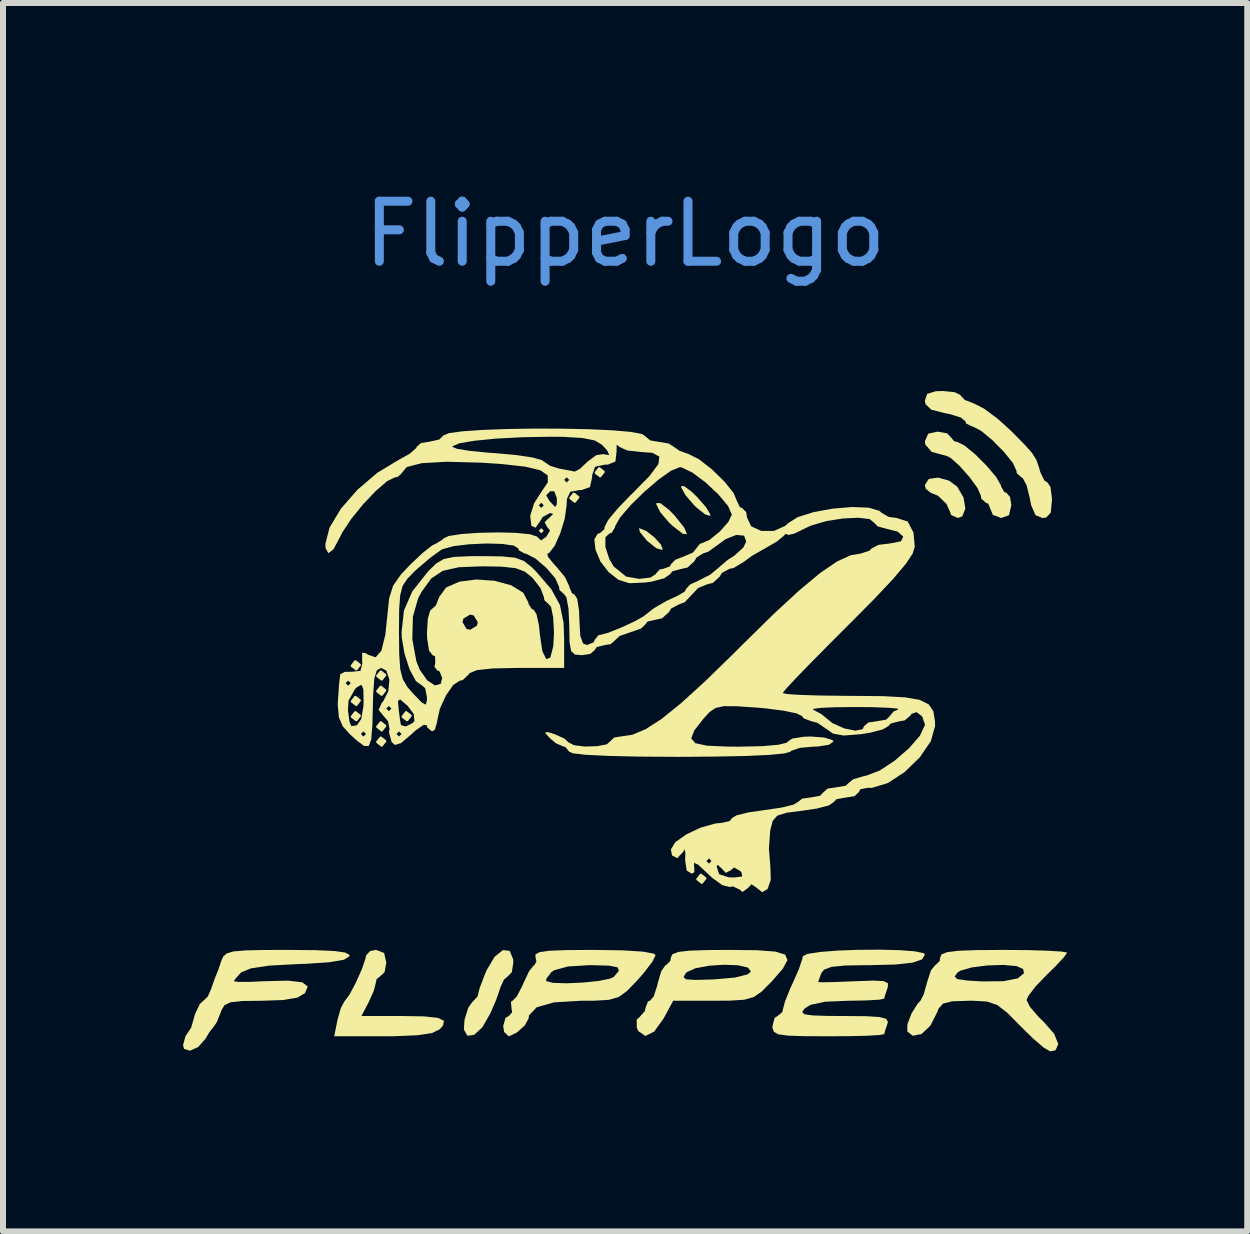
<source format=kicad_pcb>
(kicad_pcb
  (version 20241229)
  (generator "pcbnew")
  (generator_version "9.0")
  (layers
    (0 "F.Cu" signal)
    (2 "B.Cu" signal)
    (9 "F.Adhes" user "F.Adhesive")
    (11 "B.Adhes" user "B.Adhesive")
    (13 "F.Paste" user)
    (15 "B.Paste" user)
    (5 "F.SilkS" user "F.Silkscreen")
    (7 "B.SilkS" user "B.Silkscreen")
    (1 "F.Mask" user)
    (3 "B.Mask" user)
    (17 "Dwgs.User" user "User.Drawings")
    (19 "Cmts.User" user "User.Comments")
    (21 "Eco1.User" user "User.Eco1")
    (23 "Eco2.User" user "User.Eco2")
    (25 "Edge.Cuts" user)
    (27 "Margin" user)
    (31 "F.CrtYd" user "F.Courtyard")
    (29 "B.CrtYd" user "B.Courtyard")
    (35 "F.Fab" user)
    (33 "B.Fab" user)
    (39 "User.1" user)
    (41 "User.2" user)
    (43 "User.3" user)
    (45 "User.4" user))
  (footprint "FlipperLogo"
    (layer "F.Cu")
    (at 7.366 1.348)
    (property "Reference" "FlipperLogo" (at 0 -0.5 0) (unlocked yes) (layer "Cmts.User") (effects (font (size 1 1) (thickness 0.15))))
    (fp_poly (pts (xy -1.355 4.445) (xy -1.397 4.487) (xy -1.439 4.445) (xy -1.397 4.403)) (stroke (width 0) (type solid)) (fill yes) (layer "F.SilkS"))
    (fp_poly (pts (xy -4.405 6.668) (xy -4.403 6.689) (xy -4.467 6.771) (xy -4.487 6.773) (xy -4.57 6.709) (xy -4.572 6.689) (xy -4.508 6.606) (xy -4.487 6.604)) (stroke (width 0) (type solid)) (fill yes) (layer "F.SilkS"))
    (fp_poly (pts (xy -4.405 7.261) (xy -4.403 7.281) (xy -4.467 7.364) (xy -4.487 7.366) (xy -4.57 7.302) (xy -4.572 7.281) (xy -4.508 7.199) (xy -4.487 7.197)) (stroke (width 0) (type solid)) (fill yes) (layer "F.SilkS"))
    (fp_poly (pts (xy -4.405 7.515) (xy -4.403 7.535) (xy -4.467 7.618) (xy -4.487 7.62) (xy -4.57 7.556) (xy -4.572 7.535) (xy -4.508 7.453) (xy -4.487 7.451)) (stroke (width 0) (type solid)) (fill yes) (layer "F.SilkS"))
    (fp_poly (pts (xy -3.982 6.838) (xy -3.979 6.858) (xy -4.044 6.94) (xy -4.064 6.943) (xy -4.146 6.878) (xy -4.149 6.858) (xy -4.084 6.776) (xy -4.064 6.773)) (stroke (width 0) (type solid)) (fill yes) (layer "F.SilkS"))
    (fp_poly (pts (xy -3.982 7.092) (xy -3.979 7.112) (xy -4.044 7.194) (xy -4.064 7.197) (xy -4.146 7.132) (xy -4.149 7.112) (xy -4.084 7.03) (xy -4.064 7.027)) (stroke (width 0) (type solid)) (fill yes) (layer "F.SilkS"))
    (fp_poly (pts (xy -3.982 7.684) (xy -3.979 7.705) (xy -4.044 7.787) (xy -4.064 7.789) (xy -4.146 7.725) (xy -4.149 7.705) (xy -4.084 7.622) (xy -4.064 7.62)) (stroke (width 0) (type solid)) (fill yes) (layer "F.SilkS"))
    (fp_poly (pts (xy -3.982 7.938) (xy -3.979 7.959) (xy -4.044 8.041) (xy -4.064 8.043) (xy -4.146 7.979) (xy -4.149 7.959) (xy -4.084 7.876) (xy -4.064 7.874)) (stroke (width 0) (type solid)) (fill yes) (layer "F.SilkS"))
    (fp_poly (pts (xy -3.558 7.515) (xy -3.556 7.535) (xy -3.62 7.618) (xy -3.641 7.62) (xy -3.723 7.556) (xy -3.725 7.535) (xy -3.661 7.453) (xy -3.641 7.451)) (stroke (width 0) (type solid)) (fill yes) (layer "F.SilkS"))
    (fp_poly (pts (xy -0.764 3.874) (xy -0.762 3.895) (xy -0.826 3.977) (xy -0.847 3.979) (xy -0.929 3.915) (xy -0.931 3.895) (xy -0.867 3.812) (xy -0.847 3.81)) (stroke (width 0) (type solid)) (fill yes) (layer "F.SilkS"))
    (fp_poly (pts (xy -0.341 3.451) (xy -0.339 3.471) (xy -0.403 3.554) (xy -0.423 3.556) (xy -0.506 3.492) (xy -0.508 3.471) (xy -0.444 3.389) (xy -0.423 3.387)) (stroke (width 0) (type solid)) (fill yes) (layer "F.SilkS"))
    (fp_poly (pts (xy 1.352 10.224) (xy 1.355 10.245) (xy 1.29 10.327) (xy 1.27 10.329) (xy 1.188 10.265) (xy 1.185 10.245) (xy 1.25 10.162) (xy 1.27 10.16)) (stroke (width 0) (type solid)) (fill yes) (layer "F.SilkS"))
    (fp_poly (pts (xy 0.352 4.449) (xy 0.489 4.556) (xy 0.597 4.676) (xy 0.626 4.758) (xy 0.618 4.765) (xy 0.52 4.737) (xy 0.371 4.618) (xy 0.357 4.603) (xy 0.247 4.469) (xy 0.231 4.404) (xy 0.238 4.403)) (stroke (width 0) (type solid)) (fill yes) (layer "F.SilkS"))
    (fp_poly (pts (xy 0.588 3.986) (xy 0.727 4.093) (xy 0.821 4.188) (xy 0.986 4.394) (xy 1.03 4.502) (xy 0.961 4.497) (xy 0.791 4.365) (xy 0.732 4.309) (xy 0.586 4.138) (xy 0.52 4.006) (xy 0.521 3.983)) (stroke (width 0) (type solid)) (fill yes) (layer "F.SilkS"))
    (fp_poly (pts (xy 1.112 3.798) (xy 1.197 3.881) (xy 1.347 4.052) (xy 1.419 4.172) (xy 1.418 4.198) (xy 1.336 4.175) (xy 1.19 4.059) (xy 1.152 4.023) (xy 1.006 3.853) (xy 0.933 3.72) (xy 0.931 3.705) (xy 0.982 3.701)) (stroke (width 0) (type solid)) (fill yes) (layer "F.SilkS"))
    (fp_poly (pts (xy 5.398 3.611) (xy 5.533 3.711) (xy 5.639 3.892) (xy 5.669 4.076) (xy 5.619 4.205) (xy 5.546 4.233) (xy 5.433 4.184) (xy 5.419 4.143) (xy 5.355 3.999) (xy 5.214 3.863) (xy 5.086 3.81) (xy 5.006 3.742) (xy 4.995 3.683) (xy 5.06 3.582) (xy 5.214 3.56)) (stroke (width 0) (type solid)) (fill yes) (layer "F.SilkS"))
    (fp_poly (pts (xy -1.923 11.445) (xy -1.865 11.589) (xy -1.863 11.642) (xy -1.888 11.801) (xy -1.937 11.853) (xy -2.018 11.924) (xy -2.074 12.044) (xy -2.13 12.209) (xy -2.155 12.277) (xy -2.2 12.38) (xy -2.246 12.488) (xy -2.378 12.718) (xy -2.516 12.845) (xy -2.628 12.86) (xy -2.687 12.757) (xy -2.676 12.594) (xy -2.616 12.398) (xy -2.543 12.293) (xy -2.538 12.291) (xy -2.457 12.203) (xy -2.455 12.186) (xy -2.424 12.066) (xy -2.345 11.857) (xy -2.308 11.769) (xy -2.175 11.544) (xy -2.036 11.433)) (stroke (width 0) (type solid)) (fill yes) (layer "F.SilkS"))
    (fp_poly (pts (xy -4.016 11.48) (xy -3.979 11.642) (xy -4.008 11.801) (xy -4.064 11.853) (xy -4.143 11.92) (xy -4.149 11.959) (xy -4.186 12.106) (xy -4.271 12.298) (xy -4.393 12.531) (xy -3.734 12.531) (xy -3.352 12.537) (xy -3.119 12.562) (xy -3.019 12.611) (xy -3.034 12.689) (xy -3.088 12.752) (xy -3.216 12.814) (xy -3.463 12.852) (xy -3.85 12.868) (xy -4.026 12.869) (xy -4.847 12.869) (xy -4.793 12.598) (xy -4.737 12.398) (xy -4.675 12.283) (xy -4.672 12.281) (xy -4.591 12.172) (xy -4.485 11.972) (xy -4.385 11.747) (xy -4.325 11.568) (xy -4.318 11.523) (xy -4.247 11.447) (xy -4.149 11.43)) (stroke (width 0) (type solid)) (fill yes) (layer "F.SilkS"))
    (fp_poly (pts (xy 5.366 2.823) (xy 5.419 2.879) (xy 5.486 2.957) (xy 5.528 2.963) (xy 5.652 3.023) (xy 5.832 3.171) (xy 6.024 3.363) (xy 6.183 3.551) (xy 6.263 3.69) (xy 6.265 3.708) (xy 6.32 3.804) (xy 6.35 3.81) (xy 6.414 3.882) (xy 6.435 4.022) (xy 6.395 4.188) (xy 6.265 4.233) (xy 6.127 4.18) (xy 6.096 4.106) (xy 6.05 3.994) (xy 6.011 3.979) (xy 5.935 3.911) (xy 5.927 3.861) (xy 5.872 3.735) (xy 5.738 3.551) (xy 5.573 3.365) (xy 5.424 3.232) (xy 5.36 3.2) (xy 5.109 3.132) (xy 5.002 3.009) (xy 4.995 2.953) (xy 5.051 2.827) (xy 5.207 2.794)) (stroke (width 0) (type solid)) (fill yes) (layer "F.SilkS"))
    (fp_poly (pts (xy 5.488 2.136) (xy 5.585 2.182) (xy 5.588 2.192) (xy 5.66 2.266) (xy 5.807 2.323) (xy 5.98 2.41) (xy 6.213 2.584) (xy 6.425 2.776) (xy 6.646 2.999) (xy 6.777 3.145) (xy 6.849 3.258) (xy 6.893 3.379) (xy 6.918 3.469) (xy 6.985 3.608) (xy 7.037 3.641) (xy 7.087 3.715) (xy 7.111 3.898) (xy 7.112 3.937) (xy 7.092 4.143) (xy 7.016 4.226) (xy 6.953 4.233) (xy 6.838 4.186) (xy 6.766 4.022) (xy 6.741 3.895) (xy 6.688 3.683) (xy 6.623 3.565) (xy 6.603 3.556) (xy 6.526 3.488) (xy 6.519 3.443) (xy 6.459 3.314) (xy 6.31 3.129) (xy 6.119 2.936) (xy 5.932 2.781) (xy 5.795 2.71) (xy 5.786 2.709) (xy 5.682 2.659) (xy 5.673 2.626) (xy 5.598 2.561) (xy 5.411 2.502) (xy 5.334 2.488) (xy 5.103 2.429) (xy 5.005 2.336) (xy 4.995 2.275) (xy 5.033 2.165) (xy 5.175 2.121) (xy 5.292 2.117)) (stroke (width 0) (type solid)) (fill yes) (layer "F.SilkS"))
    (fp_poly (pts (xy 2.197 11.435) (xy 2.503 11.458) (xy 2.668 11.509) (xy 2.705 11.6) (xy 2.628 11.742) (xy 2.452 11.945) (xy 2.424 11.974) (xy 2.274 12.125) (xy 2.144 12.215) (xy 1.983 12.26) (xy 1.741 12.275) (xy 1.47 12.277) (xy 0.801 12.277) (xy 0.641 12.573) (xy 0.484 12.791) (xy 0.338 12.864) (xy 0.222 12.784) (xy 0.194 12.726) (xy 0.193 12.591) (xy 0.239 12.55) (xy 0.33 12.448) (xy 0.339 12.397) (xy 0.381 12.288) (xy 0.414 12.277) (xy 0.477 12.203) (xy 0.536 12.021) (xy 0.545 11.98) (xy 0.573 11.883) (xy 0.973 11.883) (xy 1.016 11.92) (xy 1.169 11.93) (xy 1.462 11.922) (xy 1.482 11.921) (xy 1.832 11.89) (xy 2.042 11.837) (xy 2.096 11.79) (xy 2.047 11.724) (xy 1.882 11.686) (xy 1.647 11.677) (xy 1.394 11.694) (xy 1.17 11.736) (xy 1.025 11.802) (xy 1.013 11.815) (xy 0.973 11.883) (xy 0.573 11.883) (xy 0.602 11.785) (xy 0.67 11.687) (xy 0.681 11.684) (xy 0.753 11.615) (xy 0.762 11.557) (xy 0.788 11.501) (xy 0.884 11.464) (xy 1.075 11.442) (xy 1.389 11.432) (xy 1.736 11.43)) (stroke (width 0) (type solid)) (fill yes) (layer "F.SilkS"))
    (fp_poly (pts (xy -5.155 11.434) (xy -4.845 11.448) (xy -4.665 11.473) (xy -4.594 11.512) (xy -4.593 11.536) (xy -4.686 11.594) (xy -4.927 11.635) (xy -5.325 11.662) (xy -5.456 11.666) (xy -5.923 11.691) (xy -6.232 11.736) (xy -6.394 11.801) (xy -6.402 11.808) (xy -6.499 11.917) (xy -6.519 11.953) (xy -6.443 11.963) (xy -6.243 11.962) (xy -6.008 11.951) (xy -5.615 11.942) (xy -5.379 11.97) (xy -5.288 12.039) (xy -5.334 12.15) (xy -5.335 12.151) (xy -5.461 12.225) (xy -5.702 12.265) (xy -6.058 12.277) (xy -6.38 12.281) (xy -6.572 12.302) (xy -6.675 12.35) (xy -6.727 12.437) (xy -6.737 12.467) (xy -6.803 12.633) (xy -6.848 12.7) (xy -6.927 12.801) (xy -6.994 12.912) (xy -7.114 13.049) (xy -7.251 13.109) (xy -7.349 13.079) (xy -7.366 13.017) (xy -7.325 12.865) (xy -7.303 12.834) (xy -7.231 12.725) (xy -7.228 12.714) (xy -7.165 12.496) (xy -7.086 12.33) (xy -7.027 12.277) (xy -6.954 12.207) (xy -6.9 12.086) (xy -6.843 11.921) (xy -6.816 11.853) (xy -6.774 11.748) (xy -6.731 11.62) (xy -6.697 11.541) (xy -6.638 11.488) (xy -6.525 11.455) (xy -6.326 11.438) (xy -6.015 11.431) (xy -5.613 11.43)) (stroke (width 0) (type solid)) (fill yes) (layer "F.SilkS"))
    (fp_poly (pts (xy -0.041 11.437) (xy 0.293 11.458) (xy 0.476 11.491) (xy 0.508 11.518) (xy 0.454 11.626) (xy 0.317 11.806) (xy 0.198 11.942) (xy 0.033 12.113) (xy -0.104 12.213) (xy -0.266 12.261) (xy -0.508 12.276) (xy -0.739 12.277) (xy -1.186 12.304) (xy -1.473 12.385) (xy -1.601 12.52) (xy -1.609 12.573) (xy -1.671 12.687) (xy -1.806 12.808) (xy -1.936 12.869) (xy -1.941 12.869) (xy -2.015 12.798) (xy -2.032 12.7) (xy -1.993 12.562) (xy -1.938 12.531) (xy -1.882 12.469) (xy -1.893 12.404) (xy -1.903 12.294) (xy -1.876 12.277) (xy -1.805 12.206) (xy -1.714 12.031) (xy -1.693 11.98) (xy -1.678 11.949) (xy -1.316 11.949) (xy -1.2 11.979) (xy -0.977 11.986) (xy -0.704 11.974) (xy -0.442 11.947) (xy -0.249 11.908) (xy -0.191 11.881) (xy -0.105 11.78) (xy -0.124 11.721) (xy -0.268 11.692) (xy -0.558 11.684) (xy -0.599 11.684) (xy -0.952 11.706) (xy -1.18 11.767) (xy -1.23 11.801) (xy -1.312 11.91) (xy -1.316 11.949) (xy -1.678 11.949) (xy -1.602 11.789) (xy -1.524 11.688) (xy -1.511 11.684) (xy -1.478 11.621) (xy -1.493 11.557) (xy -1.493 11.503) (xy -1.425 11.467) (xy -1.265 11.444) (xy -0.988 11.433) (xy -0.569 11.43) (xy -0.517 11.43)) (stroke (width 0) (type solid)) (fill yes) (layer "F.SilkS"))
    (fp_poly (pts (xy 4.572 11.434) (xy 4.828 11.453) (xy 4.975 11.485) (xy 4.995 11.506) (xy 4.948 11.588) (xy 4.791 11.642) (xy 4.508 11.673) (xy 4.076 11.684) (xy 4.024 11.684) (xy 3.661 11.69) (xy 3.436 11.713) (xy 3.314 11.759) (xy 3.269 11.818) (xy 3.224 11.941) (xy 3.217 11.966) (xy 3.295 11.969) (xy 3.499 11.965) (xy 3.787 11.953) (xy 3.822 11.952) (xy 4.135 11.941) (xy 4.31 11.95) (xy 4.38 11.986) (xy 4.376 12.055) (xy 4.372 12.065) (xy 4.326 12.203) (xy 4.318 12.241) (xy 4.24 12.259) (xy 4.036 12.271) (xy 3.748 12.277) (xy 3.719 12.277) (xy 3.332 12.293) (xy 3.09 12.345) (xy 2.994 12.404) (xy 2.951 12.463) (xy 2.984 12.501) (xy 3.119 12.521) (xy 3.38 12.53) (xy 3.644 12.531) (xy 4.011 12.534) (xy 4.237 12.548) (xy 4.35 12.578) (xy 4.379 12.628) (xy 4.369 12.665) (xy 4.325 12.8) (xy 4.318 12.834) (xy 4.239 12.848) (xy 4.025 12.86) (xy 3.71 12.867) (xy 3.387 12.869) (xy 2.979 12.867) (xy 2.712 12.858) (xy 2.555 12.836) (xy 2.48 12.796) (xy 2.456 12.732) (xy 2.455 12.7) (xy 2.491 12.562) (xy 2.54 12.531) (xy 2.621 12.464) (xy 2.628 12.425) (xy 2.664 12.288) (xy 2.752 12.07) (xy 2.794 11.98) (xy 2.895 11.75) (xy 2.954 11.574) (xy 2.96 11.536) (xy 3.039 11.496) (xy 3.247 11.464) (xy 3.544 11.441) (xy 3.89 11.428) (xy 4.246 11.426)) (stroke (width 0) (type solid)) (fill yes) (layer "F.SilkS"))
    (fp_poly (pts (xy 6.709 11.433) (xy 7.04 11.443) (xy 7.269 11.457) (xy 7.365 11.474) (xy 7.366 11.476) (xy 7.31 11.554) (xy 7.165 11.709) (xy 7.027 11.844) (xy 6.839 12.039) (xy 6.716 12.2) (xy 6.689 12.266) (xy 6.747 12.38) (xy 6.893 12.55) (xy 6.977 12.631) (xy 7.15 12.83) (xy 7.217 12.998) (xy 7.172 13.102) (xy 7.082 13.12) (xy 6.978 13.06) (xy 6.8 12.908) (xy 6.584 12.697) (xy 6.584 12.696) (xy 6.363 12.473) (xy 6.198 12.347) (xy 6.032 12.291) (xy 5.808 12.277) (xy 5.722 12.277) (xy 5.449 12.286) (xy 5.298 12.324) (xy 5.223 12.407) (xy 5.202 12.463) (xy 5.087 12.692) (xy 4.938 12.832) (xy 4.791 12.86) (xy 4.701 12.788) (xy 4.704 12.666) (xy 4.774 12.485) (xy 4.878 12.32) (xy 4.921 12.277) (xy 4.974 12.172) (xy 5.03 11.976) (xy 5.034 11.959) (xy 5.062 11.875) (xy 5.491 11.875) (xy 5.536 11.916) (xy 5.701 11.94) (xy 5.946 11.955) (xy 6.303 11.951) (xy 6.543 11.904) (xy 6.646 11.819) (xy 6.632 11.748) (xy 6.52 11.699) (xy 6.3 11.68) (xy 6.032 11.689) (xy 5.774 11.722) (xy 5.585 11.776) (xy 5.538 11.807) (xy 5.491 11.875) (xy 5.062 11.875) (xy 5.095 11.773) (xy 5.165 11.685) (xy 5.171 11.684) (xy 5.241 11.615) (xy 5.249 11.557) (xy 5.274 11.503) (xy 5.366 11.467) (xy 5.551 11.444) (xy 5.853 11.433) (xy 6.298 11.43) (xy 6.308 11.43)) (stroke (width 0) (type solid)) (fill yes) (layer "F.SilkS"))
    (fp_poly (pts (xy -1.041 2.745) (xy -0.6 2.754) (xy -0.212 2.772) (xy 0.09 2.798) (xy 0.275 2.832) (xy 0.318 2.857) (xy 0.419 2.94) (xy 0.552 2.963) (xy 0.726 2.992) (xy 0.799 3.039) (xy 0.909 3.115) (xy 1.054 3.166) (xy 1.233 3.256) (xy 1.448 3.424) (xy 1.655 3.626) (xy 1.808 3.818) (xy 1.863 3.95) (xy 1.913 4.054) (xy 1.947 4.064) (xy 2.017 4.135) (xy 2.032 4.228) (xy 2.101 4.372) (xy 2.27 4.449) (xy 2.479 4.449) (xy 2.668 4.364) (xy 2.709 4.324) (xy 2.875 4.219) (xy 3.141 4.135) (xy 3.46 4.077) (xy 3.781 4.05) (xy 4.058 4.061) (xy 4.24 4.115) (xy 4.276 4.149) (xy 4.393 4.215) (xy 4.526 4.233) (xy 4.709 4.292) (xy 4.805 4.477) (xy 4.826 4.71) (xy 4.791 4.826) (xy 4.678 4.997) (xy 4.475 5.238) (xy 4.171 5.562) (xy 3.753 5.984) (xy 3.725 6.011) (xy 3.376 6.361) (xy 3.072 6.669) (xy 2.833 6.916) (xy 2.678 7.083) (xy 2.625 7.15) (xy 2.704 7.167) (xy 2.922 7.181) (xy 3.248 7.191) (xy 3.651 7.196) (xy 3.774 7.197) (xy 4.29 7.201) (xy 4.661 7.221) (xy 4.91 7.264) (xy 5.06 7.339) (xy 5.137 7.455) (xy 5.163 7.619) (xy 5.165 7.699) (xy 5.094 7.952) (xy 4.91 8.221) (xy 4.657 8.467) (xy 4.376 8.65) (xy 4.111 8.73) (xy 4.043 8.728) (xy 3.918 8.754) (xy 3.895 8.8) (xy 3.822 8.868) (xy 3.683 8.89) (xy 3.524 8.918) (xy 3.471 8.97) (xy 3.395 9.022) (xy 3.196 9.074) (xy 2.971 9.108) (xy 2.691 9.144) (xy 2.536 9.192) (xy 2.46 9.279) (xy 2.42 9.431) (xy 2.417 9.45) (xy 2.396 9.742) (xy 2.42 10.041) (xy 2.42 10.042) (xy 2.427 10.262) (xy 2.374 10.415) (xy 2.284 10.468) (xy 2.182 10.388) (xy 2.106 10.336) (xy 2.043 10.402) (xy 1.955 10.465) (xy 1.913 10.427) (xy 1.797 10.371) (xy 1.742 10.381) (xy 1.62 10.351) (xy 1.444 10.224) (xy 1.361 10.144) (xy 1.25 10.04) (xy 1.525 10.04) (xy 1.568 10.169) (xy 1.726 10.22) (xy 1.817 10.223) (xy 1.952 10.206) (xy 1.939 10.139) (xy 1.92 10.116) (xy 1.815 10.056) (xy 1.757 10.106) (xy 1.677 10.146) (xy 1.61 10.075) (xy 1.542 10.011) (xy 1.525 10.04) (xy 1.25 10.04) (xy 1.218 10.01) (xy 1.147 9.978) (xy 1.149 10.012) (xy 1.154 10.135) (xy 1.11 10.16) (xy 1.026 10.108) (xy 1.002 9.948) (xy 1.355 9.948) (xy 1.397 9.991) (xy 1.439 9.948) (xy 1.397 9.906) (xy 1.355 9.948) (xy 1.002 9.948) (xy 1 9.933) (xy 1.004 9.821) (xy 0.993 9.752) (xy 0.964 9.8) (xy 0.868 9.901) (xy 0.782 9.855) (xy 0.762 9.757) (xy 0.836 9.635) (xy 1.021 9.504) (xy 1.264 9.39) (xy 1.511 9.322) (xy 1.609 9.313) (xy 1.747 9.281) (xy 1.778 9.235) (xy 1.855 9.188) (xy 2.057 9.138) (xy 2.328 9.099) (xy 2.608 9.058) (xy 2.806 9.009) (xy 2.879 8.965) (xy 2.951 8.909) (xy 3.09 8.89) (xy 3.249 8.861) (xy 3.302 8.805) (xy 3.374 8.742) (xy 3.514 8.721) (xy 3.673 8.695) (xy 3.725 8.647) (xy 3.8 8.587) (xy 3.982 8.533) (xy 4.023 8.525) (xy 4.241 8.441) (xy 4.491 8.277) (xy 4.73 8.07) (xy 4.912 7.861) (xy 4.994 7.687) (xy 4.995 7.671) (xy 4.95 7.539) (xy 4.856 7.468) (xy 4.772 7.496) (xy 4.76 7.52) (xy 4.659 7.605) (xy 4.572 7.62) (xy 4.427 7.657) (xy 4.389 7.699) (xy 4.295 7.755) (xy 4.088 7.81) (xy 3.931 7.835) (xy 3.643 7.858) (xy 3.465 7.826) (xy 3.365 7.756) (xy 3.204 7.646) (xy 3.103 7.62) (xy 2.974 7.571) (xy 2.949 7.534) (xy 2.857 7.489) (xy 2.638 7.443) (xy 2.516 7.428) (xy 3.133 7.428) (xy 3.27 7.5) (xy 3.302 7.527) (xy 3.455 7.651) (xy 3.652 7.739) (xy 3.837 7.777) (xy 3.959 7.751) (xy 3.979 7.705) (xy 4.052 7.641) (xy 4.191 7.62) (xy 4.35 7.593) (xy 4.403 7.542) (xy 4.472 7.457) (xy 4.551 7.424) (xy 4.536 7.408) (xy 4.38 7.395) (xy 4.11 7.385) (xy 3.852 7.383) (xy 3.514 7.386) (xy 3.265 7.396) (xy 3.135 7.413) (xy 3.133 7.428) (xy 2.516 7.428) (xy 2.332 7.404) (xy 2.215 7.394) (xy 1.869 7.37) (xy 1.648 7.368) (xy 1.508 7.398) (xy 1.406 7.467) (xy 1.305 7.578) (xy 1.153 7.772) (xy 1.102 7.904) (xy 1.168 7.985) (xy 1.365 8.027) (xy 1.71 8.042) (xy 1.905 8.043) (xy 2.284 8.035) (xy 2.557 8.011) (xy 2.697 7.976) (xy 2.709 7.959) (xy 2.785 7.908) (xy 2.976 7.878) (xy 3.09 7.874) (xy 3.318 7.891) (xy 3.454 7.933) (xy 3.471 7.959) (xy 3.396 8.012) (xy 3.209 8.041) (xy 3.138 8.043) (xy 2.912 8.063) (xy 2.768 8.112) (xy 2.752 8.128) (xy 2.65 8.157) (xy 2.393 8.181) (xy 1.995 8.199) (xy 1.47 8.209) (xy 0.884 8.213) (xy 0.234 8.209) (xy -0.282 8.197) (xy -0.653 8.179) (xy -0.872 8.154) (xy -0.931 8.128) (xy -0.997 8.047) (xy -1.022 8.043) (xy -1.149 7.989) (xy -1.251 7.905) (xy -1.336 7.81) (xy -1.29 7.8) (xy -1.181 7.832) (xy -1.014 7.907) (xy -0.945 7.97) (xy -0.853 8.019) (xy -0.671 8.041) (xy -0.466 8.035) (xy -0.305 8.004) (xy -0.254 7.959) (xy -0.183 7.891) (xy -0.076 7.874) (xy 0.121 7.845) (xy 0.344 7.751) (xy 0.609 7.58) (xy 0.932 7.319) (xy 1.33 6.957) (xy 1.818 6.481) (xy 1.947 6.352) (xy 2.473 5.835) (xy 2.904 5.437) (xy 3.253 5.147) (xy 3.534 4.956) (xy 3.761 4.853) (xy 3.924 4.826) (xy 4.071 4.778) (xy 4.106 4.741) (xy 4.22 4.681) (xy 4.415 4.657) (xy 4.595 4.622) (xy 4.635 4.543) (xy 4.541 4.46) (xy 4.375 4.418) (xy 4.209 4.373) (xy 4.149 4.312) (xy 4.075 4.251) (xy 3.885 4.229) (xy 3.629 4.241) (xy 3.353 4.285) (xy 3.107 4.356) (xy 3.008 4.401) (xy 2.823 4.492) (xy 2.717 4.517) (xy 2.708 4.507) (xy 2.67 4.5) (xy 2.645 4.53) (xy 2.53 4.624) (xy 2.338 4.736) (xy 2.328 4.741) (xy 2.116 4.862) (xy 1.963 4.974) (xy 1.962 4.974) (xy 1.808 5.066) (xy 1.739 5.08) (xy 1.613 5.148) (xy 1.578 5.207) (xy 1.462 5.316) (xy 1.378 5.334) (xy 1.216 5.4) (xy 1.12 5.503) (xy 0.992 5.637) (xy 0.897 5.673) (xy 0.767 5.741) (xy 0.731 5.8) (xy 0.617 5.904) (xy 0.511 5.927) (xy 0.372 5.959) (xy 0.339 6.005) (xy 0.266 6.075) (xy 0.09 6.137) (xy 0.085 6.138) (xy -0.093 6.2) (xy -0.169 6.271) (xy -0.169 6.272) (xy -0.24 6.335) (xy -0.339 6.35) (xy -0.476 6.385) (xy -0.508 6.435) (xy -0.58 6.498) (xy -0.72 6.519) (xy -0.837 6.509) (xy -0.9 6.45) (xy -0.926 6.303) (xy -0.931 6.029) (xy -0.931 6.011) (xy -0.944 5.741) (xy -0.978 5.557) (xy -1.016 5.503) (xy -1.092 5.435) (xy -1.101 5.38) (xy -1.163 5.239) (xy -1.313 5.063) (xy -1.495 4.908) (xy -1.651 4.828) (xy -1.671 4.826) (xy -1.295 4.826) (xy -1.287 4.877) (xy -1.184 5.004) (xy -1.147 5.042) (xy -1.002 5.218) (xy -0.932 5.366) (xy -0.931 5.38) (xy -0.884 5.49) (xy -0.847 5.503) (xy -0.798 5.579) (xy -0.768 5.774) (xy -0.762 5.927) (xy -0.748 6.193) (xy -0.701 6.323) (xy -0.635 6.35) (xy -0.522 6.304) (xy -0.508 6.265) (xy -0.443 6.184) (xy -0.415 6.181) (xy -0.283 6.146) (xy -0.072 6.062) (xy 0.149 5.96) (xy 0.308 5.871) (xy 0.339 5.846) (xy 0.479 5.737) (xy 0.688 5.615) (xy 0.868 5.533) (xy 0.993 5.459) (xy 1.016 5.414) (xy 1.086 5.339) (xy 1.206 5.285) (xy 1.418 5.177) (xy 1.525 5.089) (xy 1.71 4.931) (xy 1.822 4.859) (xy 1.969 4.726) (xy 2.017 4.626) (xy 1.983 4.527) (xy 1.853 4.515) (xy 1.673 4.586) (xy 1.542 4.682) (xy 1.388 4.793) (xy 1.294 4.826) (xy 1.188 4.894) (xy 1.155 4.953) (xy 1.039 5.059) (xy 0.941 5.08) (xy 0.79 5.121) (xy 0.745 5.173) (xy 0.65 5.238) (xy 0.444 5.293) (xy 0.336 5.308) (xy 0.072 5.32) (xy -0.111 5.263) (xy -0.275 5.135) (xy -0.411 4.959) (xy -0.494 4.76) (xy -0.499 4.714) (xy -0.329 4.714) (xy -0.264 4.915) (xy -0.191 5.04) (xy 0.017 5.209) (xy 0.233 5.247) (xy 0.42 5.226) (xy 0.507 5.171) (xy 0.508 5.165) (xy 0.577 5.09) (xy 0.635 5.08) (xy 0.748 5.039) (xy 0.762 5.005) (xy 0.834 4.93) (xy 0.974 4.876) (xy 1.132 4.808) (xy 1.185 4.74) (xy 1.25 4.659) (xy 1.269 4.657) (xy 1.406 4.598) (xy 1.576 4.46) (xy 1.72 4.299) (xy 1.778 4.176) (xy 1.714 4.031) (xy 1.552 3.838) (xy 1.339 3.639) (xy 1.121 3.476) (xy 0.943 3.391) (xy 0.91 3.387) (xy 0.767 3.444) (xy 0.557 3.593) (xy 0.319 3.797) (xy 0.093 4.019) (xy -0.082 4.222) (xy -0.167 4.37) (xy -0.169 4.39) (xy -0.226 4.482) (xy -0.254 4.487) (xy -0.328 4.553) (xy -0.329 4.714) (xy -0.499 4.714) (xy -0.513 4.588) (xy -0.455 4.493) (xy -0.423 4.487) (xy -0.346 4.42) (xy -0.339 4.375) (xy -0.281 4.265) (xy -0.128 4.08) (xy 0.088 3.855) (xy 0.127 3.818) (xy 0.408 3.532) (xy 0.555 3.334) (xy 0.57 3.21) (xy 0.455 3.147) (xy 0.261 3.133) (xy 0.035 3.108) (xy -0.102 3.045) (xy -0.115 3.027) (xy -0.141 3.016) (xy -0.143 3.133) (xy -0.162 3.292) (xy -0.285 3.343) (xy -0.339 3.344) (xy -0.5 3.379) (xy -0.549 3.517) (xy -0.55 3.556) (xy -0.585 3.717) (xy -0.723 3.767) (xy -0.762 3.768) (xy -0.913 3.796) (xy -0.969 3.913) (xy -0.975 4.022) (xy -1.006 4.243) (xy -1.08 4.487) (xy -1.174 4.697) (xy -1.266 4.816) (xy -1.295 4.826) (xy -1.671 4.826) (xy -1.77 4.773) (xy -1.778 4.741) (xy -1.854 4.693) (xy -2.049 4.665) (xy -2.314 4.658) (xy -2.6 4.671) (xy -2.858 4.702) (xy -3.041 4.752) (xy -3.062 4.763) (xy -3.239 4.89) (xy -3.454 5.072) (xy -3.505 5.119) (xy -3.629 5.246) (xy -3.707 5.364) (xy -3.748 5.519) (xy -3.765 5.753) (xy -3.768 6.111) (xy -3.768 6.137) (xy -3.764 6.507) (xy -3.747 6.753) (xy -3.705 6.917) (xy -3.63 7.046) (xy -3.535 7.156) (xy -3.387 7.308) (xy -3.32 7.343) (xy -3.303 7.269) (xy -3.302 7.217) (xy -3.332 7.069) (xy -3.38 7.027) (xy -3.485 6.952) (xy -3.59 6.759) (xy -3.675 6.498) (xy -3.717 6.253) (xy -3.546 6.253) (xy -3.479 6.618) (xy -3.423 6.76) (xy -3.297 6.939) (xy -3.168 7.023) (xy -3.073 6.997) (xy -3.048 6.9) (xy -3.092 6.788) (xy -3.13 6.773) (xy -3.177 6.711) (xy -3.163 6.646) (xy -3.167 6.538) (xy -3.208 6.519) (xy -3.267 6.442) (xy -3.299 6.239) (xy -3.302 6.138) (xy -3.291 5.969) (xy -2.709 5.969) (xy -2.642 6.081) (xy -2.582 6.096) (xy -2.47 6.028) (xy -2.455 5.969) (xy -2.523 5.857) (xy -2.582 5.842) (xy -2.695 5.91) (xy -2.709 5.969) (xy -3.291 5.969) (xy -3.287 5.911) (xy -3.249 5.775) (xy -3.227 5.757) (xy -3.151 5.686) (xy -3.099 5.551) (xy -2.983 5.391) (xy -2.761 5.294) (xy -2.477 5.258) (xy -2.176 5.279) (xy -1.901 5.353) (xy -1.698 5.477) (xy -1.609 5.648) (xy -1.609 5.667) (xy -1.551 5.754) (xy -1.529 5.757) (xy -1.477 5.833) (xy -1.435 6.026) (xy -1.423 6.153) (xy -1.38 6.45) (xy -1.314 6.585) (xy -1.246 6.558) (xy -1.197 6.369) (xy -1.185 6.145) (xy -1.199 5.888) (xy -1.234 5.716) (xy -1.27 5.673) (xy -1.345 5.604) (xy -1.355 5.546) (xy -1.411 5.4) (xy -1.545 5.228) (xy -1.669 5.128) (xy -1.821 5.07) (xy -2.051 5.044) (xy -2.377 5.038) (xy -2.77 5.053) (xy -3.04 5.114) (xy -3.232 5.242) (xy -3.389 5.46) (xy -3.448 5.568) (xy -3.536 5.877) (xy -3.546 6.253) (xy -3.717 6.253) (xy -3.722 6.222) (xy -3.725 6.135) (xy -3.685 5.774) (xy -3.547 5.457) (xy -3.285 5.125) (xy -3.28 5.12) (xy -3.15 4.992) (xy -3.022 4.917) (xy -2.846 4.881) (xy -2.574 4.869) (xy -2.388 4.868) (xy -2.05 4.873) (xy -1.832 4.895) (xy -1.684 4.95) (xy -1.557 5.051) (xy -1.478 5.131) (xy -1.228 5.422) (xy -1.087 5.681) (xy -1.026 5.976) (xy -1.016 6.243) (xy -1.016 6.731) (xy -1.792 6.731) (xy -2.207 6.74) (xy -2.469 6.768) (xy -2.592 6.818) (xy -2.603 6.837) (xy -2.707 6.935) (xy -2.753 6.943) (xy -2.864 7.015) (xy -2.986 7.191) (xy -3.087 7.412) (xy -3.132 7.618) (xy -3.133 7.633) (xy -3.171 7.763) (xy -3.217 7.789) (xy -3.297 7.723) (xy -3.302 7.689) (xy -3.354 7.678) (xy -3.486 7.769) (xy -3.56 7.836) (xy -3.734 7.984) (xy -3.836 8.015) (xy -3.891 7.965) (xy -3.927 7.832) (xy -3.81 7.832) (xy -3.768 7.874) (xy -3.725 7.832) (xy -3.768 7.789) (xy -3.81 7.832) (xy -3.927 7.832) (xy -3.935 7.805) (xy -3.925 7.747) (xy -3.951 7.618) (xy -4.02 7.537) (xy -4.108 7.431) (xy -4.097 7.408) (xy -3.979 7.408) (xy -3.937 7.451) (xy -3.895 7.408) (xy -3.937 7.366) (xy -3.979 7.408) (xy -4.097 7.408) (xy -4.058 7.32) (xy -4.033 7.29) (xy -4.029 7.283) (xy -3.785 7.283) (xy -3.772 7.431) (xy -3.749 7.607) (xy -3.735 7.684) (xy -3.654 7.706) (xy -3.541 7.65) (xy -3.51 7.614) (xy -3.523 7.497) (xy -3.626 7.361) (xy -3.75 7.255) (xy -3.785 7.283) (xy -4.029 7.283) (xy -3.945 7.119) (xy -3.928 6.926) (xy -3.978 6.777) (xy -4.064 6.731) (xy -4.136 6.77) (xy -4.179 6.907) (xy -4.198 7.173) (xy -4.201 7.281) (xy -4.211 7.676) (xy -4.23 7.921) (xy -4.273 8.033) (xy -4.351 8.031) (xy -4.478 7.934) (xy -4.587 7.835) (xy -4.59 7.832) (xy -4.403 7.832) (xy -4.36 7.874) (xy -4.318 7.832) (xy -4.36 7.789) (xy -4.403 7.832) (xy -4.59 7.832) (xy -4.705 7.703) (xy -4.77 7.552) (xy -4.78 7.437) (xy -4.618 7.437) (xy -4.593 7.63) (xy -4.561 7.7) (xy -4.496 7.693) (xy -4.466 7.683) (xy -4.396 7.581) (xy -4.36 7.364) (xy -4.358 7.299) (xy -4.362 7.085) (xy -4.392 7.012) (xy -4.466 7.051) (xy -4.5 7.081) (xy -4.609 7.279) (xy -4.618 7.437) (xy -4.78 7.437) (xy -4.789 7.339) (xy -4.768 7.022) (xy -4.764 6.985) (xy -4.657 6.985) (xy -4.614 7.027) (xy -4.572 6.985) (xy -4.614 6.943) (xy -4.657 6.985) (xy -4.764 6.985) (xy -4.748 6.838) (xy -4.671 6.797) (xy -4.551 6.795) (xy -4.41 6.78) (xy -4.379 6.659) (xy -4.382 6.614) (xy -4.382 6.478) (xy -4.32 6.485) (xy -4.288 6.509) (xy -4.158 6.555) (xy -4.061 6.445) (xy -3.995 6.176) (xy -3.964 5.877) (xy -3.932 5.571) (xy -3.866 5.361) (xy -3.735 5.174) (xy -3.579 5.009) (xy -3.378 4.819) (xy -3.217 4.691) (xy -3.146 4.657) (xy -3.041 4.592) (xy -3.034 4.578) (xy -2.939 4.533) (xy -2.724 4.5) (xy -2.434 4.48) (xy -2.116 4.473) (xy -1.818 4.481) (xy -1.585 4.504) (xy -1.466 4.543) (xy -1.46 4.552) (xy -1.402 4.607) (xy -1.315 4.548) (xy -1.251 4.441) (xy -1.301 4.381) (xy -1.341 4.302) (xy -1.27 4.235) (xy -1.199 4.166) (xy -1.251 4.15) (xy -1.374 4.217) (xy -1.409 4.276) (xy -1.492 4.395) (xy -1.562 4.363) (xy -1.582 4.198) (xy -1.582 4.198) (xy -1.527 4.022) (xy -1.439 4.022) (xy -1.397 4.064) (xy -1.355 4.022) (xy -1.397 3.979) (xy -1.439 4.022) (xy -1.527 4.022) (xy -1.515 3.985) (xy -1.431 3.854) (xy -1.314 3.854) (xy -1.262 3.947) (xy -1.167 4.05) (xy -1.139 4.008) (xy -1.137 3.904) (xy -1.181 3.788) (xy -1.248 3.787) (xy -1.314 3.854) (xy -1.431 3.854) (xy -1.391 3.791) (xy -1.288 3.639) (xy -1.289 3.598) (xy -1.016 3.598) (xy -0.974 3.641) (xy -0.931 3.598) (xy -0.974 3.556) (xy -1.016 3.598) (xy -1.289 3.598) (xy -1.29 3.523) (xy -1.412 3.438) (xy -1.666 3.377) (xy -2.066 3.333) (xy -2.401 3.311) (xy -2.977 3.296) (xy -3.39 3.32) (xy -3.639 3.384) (xy -3.725 3.489) (xy -3.725 3.491) (xy -3.793 3.551) (xy -3.835 3.556) (xy -3.965 3.619) (xy -4.155 3.783) (xy -4.368 4.007) (xy -4.566 4.252) (xy -4.715 4.478) (xy -4.751 4.551) (xy -4.86 4.755) (xy -4.945 4.82) (xy -4.991 4.736) (xy -4.995 4.666) (xy -4.925 4.393) (xy -4.736 4.079) (xy -4.461 3.763) (xy -4.131 3.481) (xy -3.789 3.274) (xy -3.591 3.164) (xy -3.48 3.067) (xy -3.473 3.048) (xy -2.879 3.048) (xy -2.801 3.08) (xy -2.592 3.114) (xy -2.291 3.144) (xy -2.148 3.154) (xy -1.812 3.184) (xy -1.544 3.225) (xy -1.387 3.268) (xy -1.365 3.285) (xy -1.248 3.364) (xy -1.101 3.409) (xy -0.921 3.443) (xy -0.839 3.46) (xy -0.751 3.413) (xy -0.632 3.299) (xy -0.481 3.186) (xy -0.365 3.169) (xy -0.264 3.186) (xy -0.3 3.106) (xy -0.387 3.012) (xy -0.506 2.941) (xy -0.711 2.9) (xy -1.037 2.881) (xy -1.255 2.879) (xy -1.731 2.888) (xy -2.159 2.911) (xy -2.512 2.946) (xy -2.76 2.988) (xy -2.874 3.037) (xy -2.879 3.048) (xy -3.473 3.048) (xy -3.471 3.044) (xy -3.399 2.983) (xy -3.267 2.963) (xy -3.096 2.925) (xy -3.027 2.857) (xy -2.933 2.818) (xy -2.702 2.788) (xy -2.366 2.765) (xy -1.955 2.75) (xy -1.503 2.743)) (stroke (width 0) (type solid)) (fill yes) (layer "F.SilkS")))
  (gr_rect
    (start -3 -3)
    (end 17.732 17.468)
    (stroke (width 0.1) (type default))
    (fill no)
    (layer "Edge.Cuts")))
</source>
